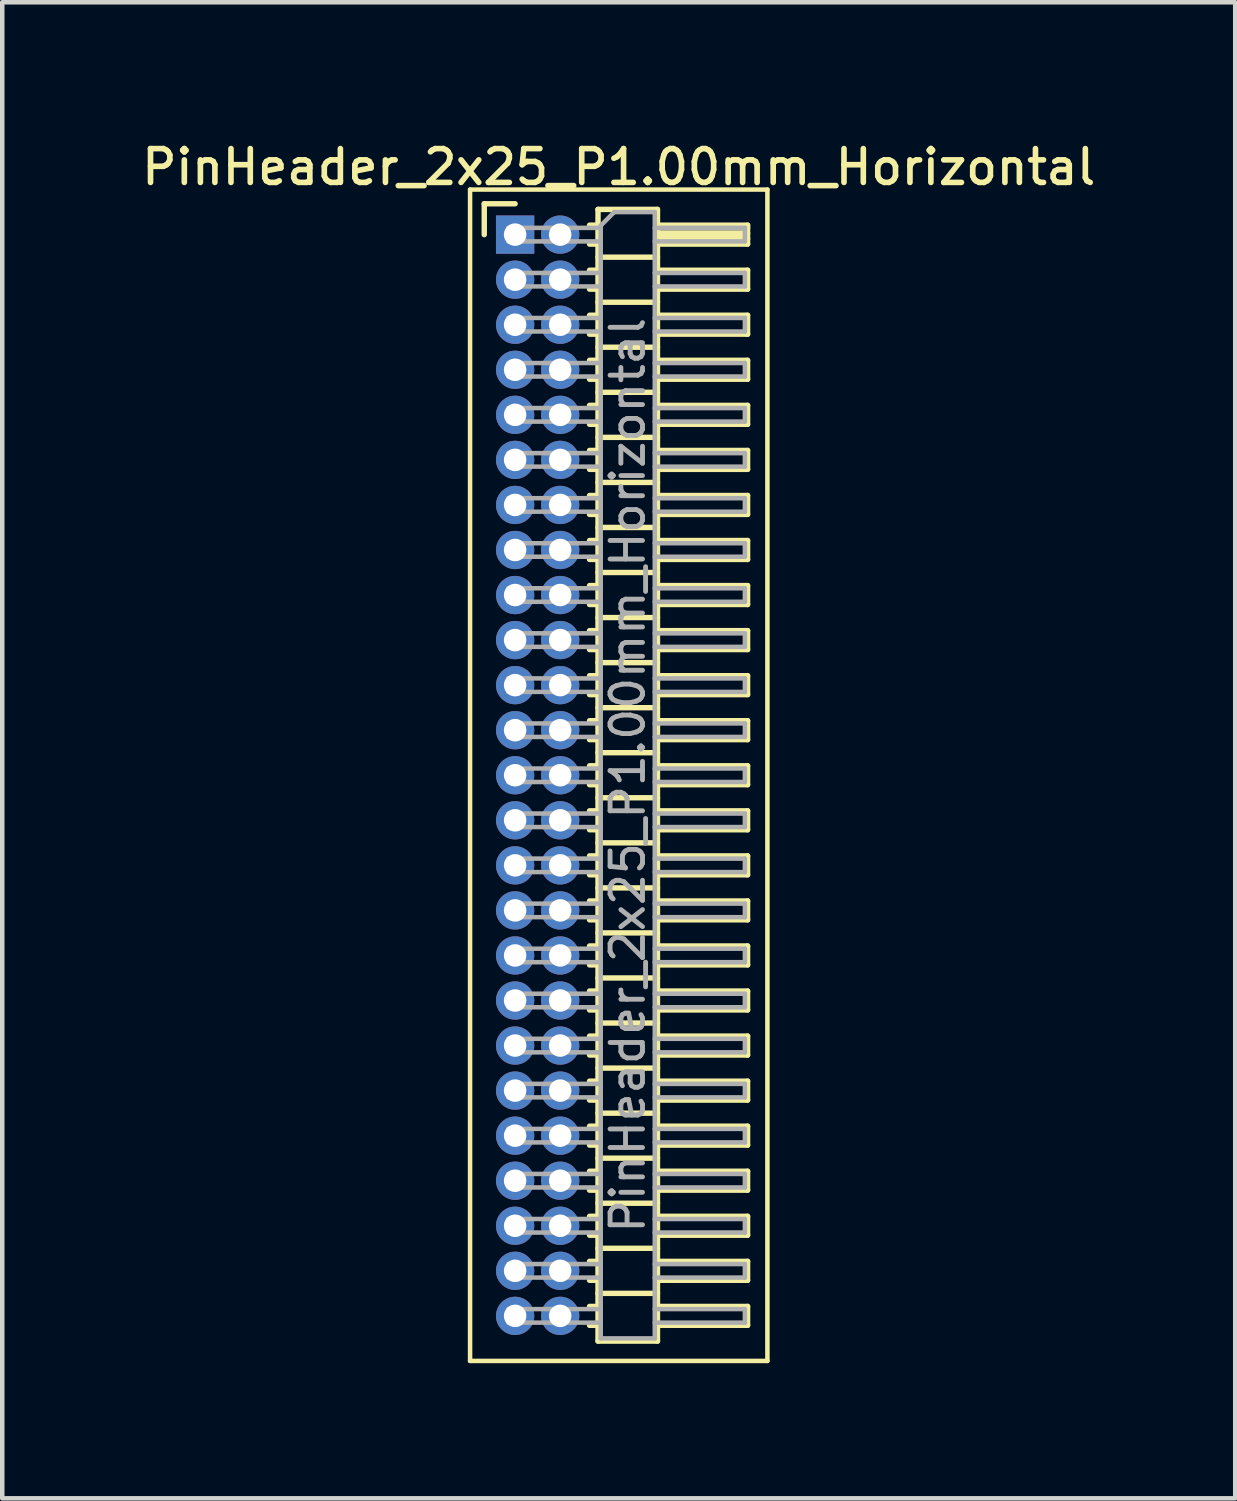
<source format=kicad_pcb>
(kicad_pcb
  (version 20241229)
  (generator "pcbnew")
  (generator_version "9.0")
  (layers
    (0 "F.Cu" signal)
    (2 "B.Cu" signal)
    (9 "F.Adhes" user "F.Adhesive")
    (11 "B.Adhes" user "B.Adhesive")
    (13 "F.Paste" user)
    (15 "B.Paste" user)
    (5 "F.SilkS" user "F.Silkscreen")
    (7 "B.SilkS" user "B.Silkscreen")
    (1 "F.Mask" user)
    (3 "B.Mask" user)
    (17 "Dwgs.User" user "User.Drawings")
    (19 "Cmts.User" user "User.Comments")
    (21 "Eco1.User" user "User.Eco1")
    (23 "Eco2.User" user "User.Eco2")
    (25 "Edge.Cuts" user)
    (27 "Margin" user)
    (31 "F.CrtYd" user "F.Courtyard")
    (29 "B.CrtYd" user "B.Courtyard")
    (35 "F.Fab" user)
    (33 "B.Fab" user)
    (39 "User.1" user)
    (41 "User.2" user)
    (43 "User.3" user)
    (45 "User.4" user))
  (footprint "PinHeader_2x25_P1.00mm_Horizontal"
    (layer "F.Cu")
    (at 8.384 2.158)
    (property "Reference" "PinHeader_2x25_P1.00mm_Horizontal" (at 2.3 -1.5 0) (layer "F.SilkS") (effects (font (size 0.75 0.75) (thickness 0.125))))
    (attr through_hole)
    (fp_line (start -1 -1) (end -1 25) (stroke (width 0.1) (type solid)) (layer "F.SilkS"))
    (fp_line (start -1 25) (end 5.6 25) (stroke (width 0.1) (type solid)) (layer "F.SilkS"))
    (fp_line (start -0.685 -0.685) (end 0 -0.685) (stroke (width 0.12) (type solid)) (layer "F.SilkS"))
    (fp_line (start -0.685 0) (end -0.685 -0.685) (stroke (width 0.12) (type solid)) (layer "F.SilkS"))
    (fp_line (start 1.652 -0.21) (end 1.84 -0.21) (stroke (width 0.12) (type solid)) (layer "F.SilkS"))
    (fp_line (start 1.652 0.21) (end 1.84 0.21) (stroke (width 0.12) (type solid)) (layer "F.SilkS"))
    (fp_line (start 1.652 0.79) (end 1.84 0.79) (stroke (width 0.12) (type solid)) (layer "F.SilkS"))
    (fp_line (start 1.652 1.21) (end 1.84 1.21) (stroke (width 0.12) (type solid)) (layer "F.SilkS"))
    (fp_line (start 1.652 1.79) (end 1.84 1.79) (stroke (width 0.12) (type solid)) (layer "F.SilkS"))
    (fp_line (start 1.652 2.21) (end 1.84 2.21) (stroke (width 0.12) (type solid)) (layer "F.SilkS"))
    (fp_line (start 1.652 2.79) (end 1.84 2.79) (stroke (width 0.12) (type solid)) (layer "F.SilkS"))
    (fp_line (start 1.652 3.21) (end 1.84 3.21) (stroke (width 0.12) (type solid)) (layer "F.SilkS"))
    (fp_line (start 1.652 3.79) (end 1.84 3.79) (stroke (width 0.12) (type solid)) (layer "F.SilkS"))
    (fp_line (start 1.652 4.21) (end 1.84 4.21) (stroke (width 0.12) (type solid)) (layer "F.SilkS"))
    (fp_line (start 1.652 4.79) (end 1.84 4.79) (stroke (width 0.12) (type solid)) (layer "F.SilkS"))
    (fp_line (start 1.652 5.21) (end 1.84 5.21) (stroke (width 0.12) (type solid)) (layer "F.SilkS"))
    (fp_line (start 1.652 5.79) (end 1.84 5.79) (stroke (width 0.12) (type solid)) (layer "F.SilkS"))
    (fp_line (start 1.652 6.21) (end 1.84 6.21) (stroke (width 0.12) (type solid)) (layer "F.SilkS"))
    (fp_line (start 1.652 6.79) (end 1.84 6.79) (stroke (width 0.12) (type solid)) (layer "F.SilkS"))
    (fp_line (start 1.652 7.21) (end 1.84 7.21) (stroke (width 0.12) (type solid)) (layer "F.SilkS"))
    (fp_line (start 1.652 7.79) (end 1.84 7.79) (stroke (width 0.12) (type solid)) (layer "F.SilkS"))
    (fp_line (start 1.652 8.21) (end 1.84 8.21) (stroke (width 0.12) (type solid)) (layer "F.SilkS"))
    (fp_line (start 1.652 8.79) (end 1.84 8.79) (stroke (width 0.12) (type solid)) (layer "F.SilkS"))
    (fp_line (start 1.652 9.21) (end 1.84 9.21) (stroke (width 0.12) (type solid)) (layer "F.SilkS"))
    (fp_line (start 1.652 9.79) (end 1.84 9.79) (stroke (width 0.12) (type solid)) (layer "F.SilkS"))
    (fp_line (start 1.652 10.21) (end 1.84 10.21) (stroke (width 0.12) (type solid)) (layer "F.SilkS"))
    (fp_line (start 1.652 10.79) (end 1.84 10.79) (stroke (width 0.12) (type solid)) (layer "F.SilkS"))
    (fp_line (start 1.652 11.21) (end 1.84 11.21) (stroke (width 0.12) (type solid)) (layer "F.SilkS"))
    (fp_line (start 1.652 11.79) (end 1.84 11.79) (stroke (width 0.12) (type solid)) (layer "F.SilkS"))
    (fp_line (start 1.652 12.21) (end 1.84 12.21) (stroke (width 0.12) (type solid)) (layer "F.SilkS"))
    (fp_line (start 1.652 12.79) (end 1.84 12.79) (stroke (width 0.12) (type solid)) (layer "F.SilkS"))
    (fp_line (start 1.652 13.21) (end 1.84 13.21) (stroke (width 0.12) (type solid)) (layer "F.SilkS"))
    (fp_line (start 1.652 13.79) (end 1.84 13.79) (stroke (width 0.12) (type solid)) (layer "F.SilkS"))
    (fp_line (start 1.652 14.21) (end 1.84 14.21) (stroke (width 0.12) (type solid)) (layer "F.SilkS"))
    (fp_line (start 1.652 14.79) (end 1.84 14.79) (stroke (width 0.12) (type solid)) (layer "F.SilkS"))
    (fp_line (start 1.652 15.21) (end 1.84 15.21) (stroke (width 0.12) (type solid)) (layer "F.SilkS"))
    (fp_line (start 1.652 15.79) (end 1.84 15.79) (stroke (width 0.12) (type solid)) (layer "F.SilkS"))
    (fp_line (start 1.652 16.21) (end 1.84 16.21) (stroke (width 0.12) (type solid)) (layer "F.SilkS"))
    (fp_line (start 1.652 16.79) (end 1.84 16.79) (stroke (width 0.12) (type solid)) (layer "F.SilkS"))
    (fp_line (start 1.652 17.21) (end 1.84 17.21) (stroke (width 0.12) (type solid)) (layer "F.SilkS"))
    (fp_line (start 1.652 17.79) (end 1.84 17.79) (stroke (width 0.12) (type solid)) (layer "F.SilkS"))
    (fp_line (start 1.652 18.21) (end 1.84 18.21) (stroke (width 0.12) (type solid)) (layer "F.SilkS"))
    (fp_line (start 1.652 18.79) (end 1.84 18.79) (stroke (width 0.12) (type solid)) (layer "F.SilkS"))
    (fp_line (start 1.652 19.21) (end 1.84 19.21) (stroke (width 0.12) (type solid)) (layer "F.SilkS"))
    (fp_line (start 1.652 19.79) (end 1.84 19.79) (stroke (width 0.12) (type solid)) (layer "F.SilkS"))
    (fp_line (start 1.652 20.21) (end 1.84 20.21) (stroke (width 0.12) (type solid)) (layer "F.SilkS"))
    (fp_line (start 1.652 20.79) (end 1.84 20.79) (stroke (width 0.12) (type solid)) (layer "F.SilkS"))
    (fp_line (start 1.652 21.21) (end 1.84 21.21) (stroke (width 0.12) (type solid)) (layer "F.SilkS"))
    (fp_line (start 1.652 21.79) (end 1.84 21.79) (stroke (width 0.12) (type solid)) (layer "F.SilkS"))
    (fp_line (start 1.652 22.21) (end 1.84 22.21) (stroke (width 0.12) (type solid)) (layer "F.SilkS"))
    (fp_line (start 1.652 22.79) (end 1.84 22.79) (stroke (width 0.12) (type solid)) (layer "F.SilkS"))
    (fp_line (start 1.652 23.21) (end 1.84 23.21) (stroke (width 0.12) (type solid)) (layer "F.SilkS"))
    (fp_line (start 1.652 23.79) (end 1.84 23.79) (stroke (width 0.12) (type solid)) (layer "F.SilkS"))
    (fp_line (start 1.652 24.21) (end 1.84 24.21) (stroke (width 0.12) (type solid)) (layer "F.SilkS"))
    (fp_line (start 1.84 -0.56) (end 1.84 24.56) (stroke (width 0.12) (type solid)) (layer "F.SilkS"))
    (fp_line (start 1.84 0.5) (end 3.16 0.5) (stroke (width 0.12) (type solid)) (layer "F.SilkS"))
    (fp_line (start 1.84 1.5) (end 3.16 1.5) (stroke (width 0.12) (type solid)) (layer "F.SilkS"))
    (fp_line (start 1.84 2.5) (end 3.16 2.5) (stroke (width 0.12) (type solid)) (layer "F.SilkS"))
    (fp_line (start 1.84 3.5) (end 3.16 3.5) (stroke (width 0.12) (type solid)) (layer "F.SilkS"))
    (fp_line (start 1.84 4.5) (end 3.16 4.5) (stroke (width 0.12) (type solid)) (layer "F.SilkS"))
    (fp_line (start 1.84 5.5) (end 3.16 5.5) (stroke (width 0.12) (type solid)) (layer "F.SilkS"))
    (fp_line (start 1.84 6.5) (end 3.16 6.5) (stroke (width 0.12) (type solid)) (layer "F.SilkS"))
    (fp_line (start 1.84 7.5) (end 3.16 7.5) (stroke (width 0.12) (type solid)) (layer "F.SilkS"))
    (fp_line (start 1.84 8.5) (end 3.16 8.5) (stroke (width 0.12) (type solid)) (layer "F.SilkS"))
    (fp_line (start 1.84 9.5) (end 3.16 9.5) (stroke (width 0.12) (type solid)) (layer "F.SilkS"))
    (fp_line (start 1.84 10.5) (end 3.16 10.5) (stroke (width 0.12) (type solid)) (layer "F.SilkS"))
    (fp_line (start 1.84 11.5) (end 3.16 11.5) (stroke (width 0.12) (type solid)) (layer "F.SilkS"))
    (fp_line (start 1.84 12.5) (end 3.16 12.5) (stroke (width 0.12) (type solid)) (layer "F.SilkS"))
    (fp_line (start 1.84 13.5) (end 3.16 13.5) (stroke (width 0.12) (type solid)) (layer "F.SilkS"))
    (fp_line (start 1.84 14.5) (end 3.16 14.5) (stroke (width 0.12) (type solid)) (layer "F.SilkS"))
    (fp_line (start 1.84 15.5) (end 3.16 15.5) (stroke (width 0.12) (type solid)) (layer "F.SilkS"))
    (fp_line (start 1.84 16.5) (end 3.16 16.5) (stroke (width 0.12) (type solid)) (layer "F.SilkS"))
    (fp_line (start 1.84 17.5) (end 3.16 17.5) (stroke (width 0.12) (type solid)) (layer "F.SilkS"))
    (fp_line (start 1.84 18.5) (end 3.16 18.5) (stroke (width 0.12) (type solid)) (layer "F.SilkS"))
    (fp_line (start 1.84 19.5) (end 3.16 19.5) (stroke (width 0.12) (type solid)) (layer "F.SilkS"))
    (fp_line (start 1.84 20.5) (end 3.16 20.5) (stroke (width 0.12) (type solid)) (layer "F.SilkS"))
    (fp_line (start 1.84 21.5) (end 3.16 21.5) (stroke (width 0.12) (type solid)) (layer "F.SilkS"))
    (fp_line (start 1.84 22.5) (end 3.16 22.5) (stroke (width 0.12) (type solid)) (layer "F.SilkS"))
    (fp_line (start 1.84 23.5) (end 3.16 23.5) (stroke (width 0.12) (type solid)) (layer "F.SilkS"))
    (fp_line (start 1.84 24.56) (end 3.16 24.56) (stroke (width 0.12) (type solid)) (layer "F.SilkS"))
    (fp_line (start 3.16 -0.56) (end 1.84 -0.56) (stroke (width 0.12) (type solid)) (layer "F.SilkS"))
    (fp_line (start 3.16 -0.21) (end 5.16 -0.21) (stroke (width 0.12) (type solid)) (layer "F.SilkS"))
    (fp_line (start 3.16 -0.15) (end 5.16 -0.15) (stroke (width 0.12) (type solid)) (layer "F.SilkS"))
    (fp_line (start 3.16 -0.03) (end 5.16 -0.03) (stroke (width 0.12) (type solid)) (layer "F.SilkS"))
    (fp_line (start 3.16 0.09) (end 5.16 0.09) (stroke (width 0.12) (type solid)) (layer "F.SilkS"))
    (fp_line (start 3.16 0.79) (end 5.16 0.79) (stroke (width 0.12) (type solid)) (layer "F.SilkS"))
    (fp_line (start 3.16 1.79) (end 5.16 1.79) (stroke (width 0.12) (type solid)) (layer "F.SilkS"))
    (fp_line (start 3.16 2.79) (end 5.16 2.79) (stroke (width 0.12) (type solid)) (layer "F.SilkS"))
    (fp_line (start 3.16 3.79) (end 5.16 3.79) (stroke (width 0.12) (type solid)) (layer "F.SilkS"))
    (fp_line (start 3.16 4.79) (end 5.16 4.79) (stroke (width 0.12) (type solid)) (layer "F.SilkS"))
    (fp_line (start 3.16 5.79) (end 5.16 5.79) (stroke (width 0.12) (type solid)) (layer "F.SilkS"))
    (fp_line (start 3.16 6.79) (end 5.16 6.79) (stroke (width 0.12) (type solid)) (layer "F.SilkS"))
    (fp_line (start 3.16 7.79) (end 5.16 7.79) (stroke (width 0.12) (type solid)) (layer "F.SilkS"))
    (fp_line (start 3.16 8.79) (end 5.16 8.79) (stroke (width 0.12) (type solid)) (layer "F.SilkS"))
    (fp_line (start 3.16 9.79) (end 5.16 9.79) (stroke (width 0.12) (type solid)) (layer "F.SilkS"))
    (fp_line (start 3.16 10.79) (end 5.16 10.79) (stroke (width 0.12) (type solid)) (layer "F.SilkS"))
    (fp_line (start 3.16 11.79) (end 5.16 11.79) (stroke (width 0.12) (type solid)) (layer "F.SilkS"))
    (fp_line (start 3.16 12.79) (end 5.16 12.79) (stroke (width 0.12) (type solid)) (layer "F.SilkS"))
    (fp_line (start 3.16 13.79) (end 5.16 13.79) (stroke (width 0.12) (type solid)) (layer "F.SilkS"))
    (fp_line (start 3.16 14.79) (end 5.16 14.79) (stroke (width 0.12) (type solid)) (layer "F.SilkS"))
    (fp_line (start 3.16 15.79) (end 5.16 15.79) (stroke (width 0.12) (type solid)) (layer "F.SilkS"))
    (fp_line (start 3.16 16.79) (end 5.16 16.79) (stroke (width 0.12) (type solid)) (layer "F.SilkS"))
    (fp_line (start 3.16 17.79) (end 5.16 17.79) (stroke (width 0.12) (type solid)) (layer "F.SilkS"))
    (fp_line (start 3.16 18.79) (end 5.16 18.79) (stroke (width 0.12) (type solid)) (layer "F.SilkS"))
    (fp_line (start 3.16 19.79) (end 5.16 19.79) (stroke (width 0.12) (type solid)) (layer "F.SilkS"))
    (fp_line (start 3.16 20.79) (end 5.16 20.79) (stroke (width 0.12) (type solid)) (layer "F.SilkS"))
    (fp_line (start 3.16 21.79) (end 5.16 21.79) (stroke (width 0.12) (type solid)) (layer "F.SilkS"))
    (fp_line (start 3.16 22.79) (end 5.16 22.79) (stroke (width 0.12) (type solid)) (layer "F.SilkS"))
    (fp_line (start 3.16 23.79) (end 5.16 23.79) (stroke (width 0.12) (type solid)) (layer "F.SilkS"))
    (fp_line (start 3.16 24.56) (end 3.16 -0.56) (stroke (width 0.12) (type solid)) (layer "F.SilkS"))
    (fp_line (start 5.16 -0.21) (end 5.16 0.21) (stroke (width 0.12) (type solid)) (layer "F.SilkS"))
    (fp_line (start 5.16 0.21) (end 3.16 0.21) (stroke (width 0.12) (type solid)) (layer "F.SilkS"))
    (fp_line (start 5.16 0.79) (end 5.16 1.21) (stroke (width 0.12) (type solid)) (layer "F.SilkS"))
    (fp_line (start 5.16 1.21) (end 3.16 1.21) (stroke (width 0.12) (type solid)) (layer "F.SilkS"))
    (fp_line (start 5.16 1.79) (end 5.16 2.21) (stroke (width 0.12) (type solid)) (layer "F.SilkS"))
    (fp_line (start 5.16 2.21) (end 3.16 2.21) (stroke (width 0.12) (type solid)) (layer "F.SilkS"))
    (fp_line (start 5.16 2.79) (end 5.16 3.21) (stroke (width 0.12) (type solid)) (layer "F.SilkS"))
    (fp_line (start 5.16 3.21) (end 3.16 3.21) (stroke (width 0.12) (type solid)) (layer "F.SilkS"))
    (fp_line (start 5.16 3.79) (end 5.16 4.21) (stroke (width 0.12) (type solid)) (layer "F.SilkS"))
    (fp_line (start 5.16 4.21) (end 3.16 4.21) (stroke (width 0.12) (type solid)) (layer "F.SilkS"))
    (fp_line (start 5.16 4.79) (end 5.16 5.21) (stroke (width 0.12) (type solid)) (layer "F.SilkS"))
    (fp_line (start 5.16 5.21) (end 3.16 5.21) (stroke (width 0.12) (type solid)) (layer "F.SilkS"))
    (fp_line (start 5.16 5.79) (end 5.16 6.21) (stroke (width 0.12) (type solid)) (layer "F.SilkS"))
    (fp_line (start 5.16 6.21) (end 3.16 6.21) (stroke (width 0.12) (type solid)) (layer "F.SilkS"))
    (fp_line (start 5.16 6.79) (end 5.16 7.21) (stroke (width 0.12) (type solid)) (layer "F.SilkS"))
    (fp_line (start 5.16 7.21) (end 3.16 7.21) (stroke (width 0.12) (type solid)) (layer "F.SilkS"))
    (fp_line (start 5.16 7.79) (end 5.16 8.21) (stroke (width 0.12) (type solid)) (layer "F.SilkS"))
    (fp_line (start 5.16 8.21) (end 3.16 8.21) (stroke (width 0.12) (type solid)) (layer "F.SilkS"))
    (fp_line (start 5.16 8.79) (end 5.16 9.21) (stroke (width 0.12) (type solid)) (layer "F.SilkS"))
    (fp_line (start 5.16 9.21) (end 3.16 9.21) (stroke (width 0.12) (type solid)) (layer "F.SilkS"))
    (fp_line (start 5.16 9.79) (end 5.16 10.21) (stroke (width 0.12) (type solid)) (layer "F.SilkS"))
    (fp_line (start 5.16 10.21) (end 3.16 10.21) (stroke (width 0.12) (type solid)) (layer "F.SilkS"))
    (fp_line (start 5.16 10.79) (end 5.16 11.21) (stroke (width 0.12) (type solid)) (layer "F.SilkS"))
    (fp_line (start 5.16 11.21) (end 3.16 11.21) (stroke (width 0.12) (type solid)) (layer "F.SilkS"))
    (fp_line (start 5.16 11.79) (end 5.16 12.21) (stroke (width 0.12) (type solid)) (layer "F.SilkS"))
    (fp_line (start 5.16 12.21) (end 3.16 12.21) (stroke (width 0.12) (type solid)) (layer "F.SilkS"))
    (fp_line (start 5.16 12.79) (end 5.16 13.21) (stroke (width 0.12) (type solid)) (layer "F.SilkS"))
    (fp_line (start 5.16 13.21) (end 3.16 13.21) (stroke (width 0.12) (type solid)) (layer "F.SilkS"))
    (fp_line (start 5.16 13.79) (end 5.16 14.21) (stroke (width 0.12) (type solid)) (layer "F.SilkS"))
    (fp_line (start 5.16 14.21) (end 3.16 14.21) (stroke (width 0.12) (type solid)) (layer "F.SilkS"))
    (fp_line (start 5.16 14.79) (end 5.16 15.21) (stroke (width 0.12) (type solid)) (layer "F.SilkS"))
    (fp_line (start 5.16 15.21) (end 3.16 15.21) (stroke (width 0.12) (type solid)) (layer "F.SilkS"))
    (fp_line (start 5.16 15.79) (end 5.16 16.21) (stroke (width 0.12) (type solid)) (layer "F.SilkS"))
    (fp_line (start 5.16 16.21) (end 3.16 16.21) (stroke (width 0.12) (type solid)) (layer "F.SilkS"))
    (fp_line (start 5.16 16.79) (end 5.16 17.21) (stroke (width 0.12) (type solid)) (layer "F.SilkS"))
    (fp_line (start 5.16 17.21) (end 3.16 17.21) (stroke (width 0.12) (type solid)) (layer "F.SilkS"))
    (fp_line (start 5.16 17.79) (end 5.16 18.21) (stroke (width 0.12) (type solid)) (layer "F.SilkS"))
    (fp_line (start 5.16 18.21) (end 3.16 18.21) (stroke (width 0.12) (type solid)) (layer "F.SilkS"))
    (fp_line (start 5.16 18.79) (end 5.16 19.21) (stroke (width 0.12) (type solid)) (layer "F.SilkS"))
    (fp_line (start 5.16 19.21) (end 3.16 19.21) (stroke (width 0.12) (type solid)) (layer "F.SilkS"))
    (fp_line (start 5.16 19.79) (end 5.16 20.21) (stroke (width 0.12) (type solid)) (layer "F.SilkS"))
    (fp_line (start 5.16 20.21) (end 3.16 20.21) (stroke (width 0.12) (type solid)) (layer "F.SilkS"))
    (fp_line (start 5.16 20.79) (end 5.16 21.21) (stroke (width 0.12) (type solid)) (layer "F.SilkS"))
    (fp_line (start 5.16 21.21) (end 3.16 21.21) (stroke (width 0.12) (type solid)) (layer "F.SilkS"))
    (fp_line (start 5.16 21.79) (end 5.16 22.21) (stroke (width 0.12) (type solid)) (layer "F.SilkS"))
    (fp_line (start 5.16 22.21) (end 3.16 22.21) (stroke (width 0.12) (type solid)) (layer "F.SilkS"))
    (fp_line (start 5.16 22.79) (end 5.16 23.21) (stroke (width 0.12) (type solid)) (layer "F.SilkS"))
    (fp_line (start 5.16 23.21) (end 3.16 23.21) (stroke (width 0.12) (type solid)) (layer "F.SilkS"))
    (fp_line (start 5.16 23.79) (end 5.16 24.21) (stroke (width 0.12) (type solid)) (layer "F.SilkS"))
    (fp_line (start 5.16 24.21) (end 3.16 24.21) (stroke (width 0.12) (type solid)) (layer "F.SilkS"))
    (fp_line (start 5.6 -1) (end -1 -1) (stroke (width 0.1) (type solid)) (layer "F.SilkS"))
    (fp_line (start 5.6 25) (end 5.6 -1) (stroke (width 0.1) (type solid)) (layer "F.SilkS"))
    (fp_line (start -0.15 -0.15) (end -0.15 0.15) (stroke (width 0.1) (type solid)) (layer "F.Fab"))
    (fp_line (start -0.15 -0.15) (end 1.9 -0.15) (stroke (width 0.1) (type solid)) (layer "F.Fab"))
    (fp_line (start -0.15 0.15) (end 1.9 0.15) (stroke (width 0.1) (type solid)) (layer "F.Fab"))
    (fp_line (start -0.15 0.85) (end -0.15 1.15) (stroke (width 0.1) (type solid)) (layer "F.Fab"))
    (fp_line (start -0.15 0.85) (end 1.9 0.85) (stroke (width 0.1) (type solid)) (layer "F.Fab"))
    (fp_line (start -0.15 1.15) (end 1.9 1.15) (stroke (width 0.1) (type solid)) (layer "F.Fab"))
    (fp_line (start -0.15 1.85) (end -0.15 2.15) (stroke (width 0.1) (type solid)) (layer "F.Fab"))
    (fp_line (start -0.15 1.85) (end 1.9 1.85) (stroke (width 0.1) (type solid)) (layer "F.Fab"))
    (fp_line (start -0.15 2.15) (end 1.9 2.15) (stroke (width 0.1) (type solid)) (layer "F.Fab"))
    (fp_line (start -0.15 2.85) (end -0.15 3.15) (stroke (width 0.1) (type solid)) (layer "F.Fab"))
    (fp_line (start -0.15 2.85) (end 1.9 2.85) (stroke (width 0.1) (type solid)) (layer "F.Fab"))
    (fp_line (start -0.15 3.15) (end 1.9 3.15) (stroke (width 0.1) (type solid)) (layer "F.Fab"))
    (fp_line (start -0.15 3.85) (end -0.15 4.15) (stroke (width 0.1) (type solid)) (layer "F.Fab"))
    (fp_line (start -0.15 3.85) (end 1.9 3.85) (stroke (width 0.1) (type solid)) (layer "F.Fab"))
    (fp_line (start -0.15 4.15) (end 1.9 4.15) (stroke (width 0.1) (type solid)) (layer "F.Fab"))
    (fp_line (start -0.15 4.85) (end -0.15 5.15) (stroke (width 0.1) (type solid)) (layer "F.Fab"))
    (fp_line (start -0.15 4.85) (end 1.9 4.85) (stroke (width 0.1) (type solid)) (layer "F.Fab"))
    (fp_line (start -0.15 5.15) (end 1.9 5.15) (stroke (width 0.1) (type solid)) (layer "F.Fab"))
    (fp_line (start -0.15 5.85) (end -0.15 6.15) (stroke (width 0.1) (type solid)) (layer "F.Fab"))
    (fp_line (start -0.15 5.85) (end 1.9 5.85) (stroke (width 0.1) (type solid)) (layer "F.Fab"))
    (fp_line (start -0.15 6.15) (end 1.9 6.15) (stroke (width 0.1) (type solid)) (layer "F.Fab"))
    (fp_line (start -0.15 6.85) (end -0.15 7.15) (stroke (width 0.1) (type solid)) (layer "F.Fab"))
    (fp_line (start -0.15 6.85) (end 1.9 6.85) (stroke (width 0.1) (type solid)) (layer "F.Fab"))
    (fp_line (start -0.15 7.15) (end 1.9 7.15) (stroke (width 0.1) (type solid)) (layer "F.Fab"))
    (fp_line (start -0.15 7.85) (end -0.15 8.15) (stroke (width 0.1) (type solid)) (layer "F.Fab"))
    (fp_line (start -0.15 7.85) (end 1.9 7.85) (stroke (width 0.1) (type solid)) (layer "F.Fab"))
    (fp_line (start -0.15 8.15) (end 1.9 8.15) (stroke (width 0.1) (type solid)) (layer "F.Fab"))
    (fp_line (start -0.15 8.85) (end -0.15 9.15) (stroke (width 0.1) (type solid)) (layer "F.Fab"))
    (fp_line (start -0.15 8.85) (end 1.9 8.85) (stroke (width 0.1) (type solid)) (layer "F.Fab"))
    (fp_line (start -0.15 9.15) (end 1.9 9.15) (stroke (width 0.1) (type solid)) (layer "F.Fab"))
    (fp_line (start -0.15 9.85) (end -0.15 10.15) (stroke (width 0.1) (type solid)) (layer "F.Fab"))
    (fp_line (start -0.15 9.85) (end 1.9 9.85) (stroke (width 0.1) (type solid)) (layer "F.Fab"))
    (fp_line (start -0.15 10.15) (end 1.9 10.15) (stroke (width 0.1) (type solid)) (layer "F.Fab"))
    (fp_line (start -0.15 10.85) (end -0.15 11.15) (stroke (width 0.1) (type solid)) (layer "F.Fab"))
    (fp_line (start -0.15 10.85) (end 1.9 10.85) (stroke (width 0.1) (type solid)) (layer "F.Fab"))
    (fp_line (start -0.15 11.15) (end 1.9 11.15) (stroke (width 0.1) (type solid)) (layer "F.Fab"))
    (fp_line (start -0.15 11.85) (end -0.15 12.15) (stroke (width 0.1) (type solid)) (layer "F.Fab"))
    (fp_line (start -0.15 11.85) (end 1.9 11.85) (stroke (width 0.1) (type solid)) (layer "F.Fab"))
    (fp_line (start -0.15 12.15) (end 1.9 12.15) (stroke (width 0.1) (type solid)) (layer "F.Fab"))
    (fp_line (start -0.15 12.85) (end -0.15 13.15) (stroke (width 0.1) (type solid)) (layer "F.Fab"))
    (fp_line (start -0.15 12.85) (end 1.9 12.85) (stroke (width 0.1) (type solid)) (layer "F.Fab"))
    (fp_line (start -0.15 13.15) (end 1.9 13.15) (stroke (width 0.1) (type solid)) (layer "F.Fab"))
    (fp_line (start -0.15 13.85) (end -0.15 14.15) (stroke (width 0.1) (type solid)) (layer "F.Fab"))
    (fp_line (start -0.15 13.85) (end 1.9 13.85) (stroke (width 0.1) (type solid)) (layer "F.Fab"))
    (fp_line (start -0.15 14.15) (end 1.9 14.15) (stroke (width 0.1) (type solid)) (layer "F.Fab"))
    (fp_line (start -0.15 14.85) (end -0.15 15.15) (stroke (width 0.1) (type solid)) (layer "F.Fab"))
    (fp_line (start -0.15 14.85) (end 1.9 14.85) (stroke (width 0.1) (type solid)) (layer "F.Fab"))
    (fp_line (start -0.15 15.15) (end 1.9 15.15) (stroke (width 0.1) (type solid)) (layer "F.Fab"))
    (fp_line (start -0.15 15.85) (end -0.15 16.15) (stroke (width 0.1) (type solid)) (layer "F.Fab"))
    (fp_line (start -0.15 15.85) (end 1.9 15.85) (stroke (width 0.1) (type solid)) (layer "F.Fab"))
    (fp_line (start -0.15 16.15) (end 1.9 16.15) (stroke (width 0.1) (type solid)) (layer "F.Fab"))
    (fp_line (start -0.15 16.85) (end -0.15 17.15) (stroke (width 0.1) (type solid)) (layer "F.Fab"))
    (fp_line (start -0.15 16.85) (end 1.9 16.85) (stroke (width 0.1) (type solid)) (layer "F.Fab"))
    (fp_line (start -0.15 17.15) (end 1.9 17.15) (stroke (width 0.1) (type solid)) (layer "F.Fab"))
    (fp_line (start -0.15 17.85) (end -0.15 18.15) (stroke (width 0.1) (type solid)) (layer "F.Fab"))
    (fp_line (start -0.15 17.85) (end 1.9 17.85) (stroke (width 0.1) (type solid)) (layer "F.Fab"))
    (fp_line (start -0.15 18.15) (end 1.9 18.15) (stroke (width 0.1) (type solid)) (layer "F.Fab"))
    (fp_line (start -0.15 18.85) (end -0.15 19.15) (stroke (width 0.1) (type solid)) (layer "F.Fab"))
    (fp_line (start -0.15 18.85) (end 1.9 18.85) (stroke (width 0.1) (type solid)) (layer "F.Fab"))
    (fp_line (start -0.15 19.15) (end 1.9 19.15) (stroke (width 0.1) (type solid)) (layer "F.Fab"))
    (fp_line (start -0.15 19.85) (end -0.15 20.15) (stroke (width 0.1) (type solid)) (layer "F.Fab"))
    (fp_line (start -0.15 19.85) (end 1.9 19.85) (stroke (width 0.1) (type solid)) (layer "F.Fab"))
    (fp_line (start -0.15 20.15) (end 1.9 20.15) (stroke (width 0.1) (type solid)) (layer "F.Fab"))
    (fp_line (start -0.15 20.85) (end -0.15 21.15) (stroke (width 0.1) (type solid)) (layer "F.Fab"))
    (fp_line (start -0.15 20.85) (end 1.9 20.85) (stroke (width 0.1) (type solid)) (layer "F.Fab"))
    (fp_line (start -0.15 21.15) (end 1.9 21.15) (stroke (width 0.1) (type solid)) (layer "F.Fab"))
    (fp_line (start -0.15 21.85) (end -0.15 22.15) (stroke (width 0.1) (type solid)) (layer "F.Fab"))
    (fp_line (start -0.15 21.85) (end 1.9 21.85) (stroke (width 0.1) (type solid)) (layer "F.Fab"))
    (fp_line (start -0.15 22.15) (end 1.9 22.15) (stroke (width 0.1) (type solid)) (layer "F.Fab"))
    (fp_line (start -0.15 22.85) (end -0.15 23.15) (stroke (width 0.1) (type solid)) (layer "F.Fab"))
    (fp_line (start -0.15 22.85) (end 1.9 22.85) (stroke (width 0.1) (type solid)) (layer "F.Fab"))
    (fp_line (start -0.15 23.15) (end 1.9 23.15) (stroke (width 0.1) (type solid)) (layer "F.Fab"))
    (fp_line (start -0.15 23.85) (end -0.15 24.15) (stroke (width 0.1) (type solid)) (layer "F.Fab"))
    (fp_line (start -0.15 23.85) (end 1.9 23.85) (stroke (width 0.1) (type solid)) (layer "F.Fab"))
    (fp_line (start -0.15 24.15) (end 1.9 24.15) (stroke (width 0.1) (type solid)) (layer "F.Fab"))
    (fp_line (start 1.9 -0.2) (end 2.2 -0.5) (stroke (width 0.1) (type solid)) (layer "F.Fab"))
    (fp_line (start 1.9 24.5) (end 1.9 -0.2) (stroke (width 0.1) (type solid)) (layer "F.Fab"))
    (fp_line (start 2.2 -0.5) (end 3.1 -0.5) (stroke (width 0.1) (type solid)) (layer "F.Fab"))
    (fp_line (start 3.1 -0.5) (end 3.1 24.5) (stroke (width 0.1) (type solid)) (layer "F.Fab"))
    (fp_line (start 3.1 -0.15) (end 5.1 -0.15) (stroke (width 0.1) (type solid)) (layer "F.Fab"))
    (fp_line (start 3.1 0.15) (end 5.1 0.15) (stroke (width 0.1) (type solid)) (layer "F.Fab"))
    (fp_line (start 3.1 0.85) (end 5.1 0.85) (stroke (width 0.1) (type solid)) (layer "F.Fab"))
    (fp_line (start 3.1 1.15) (end 5.1 1.15) (stroke (width 0.1) (type solid)) (layer "F.Fab"))
    (fp_line (start 3.1 1.85) (end 5.1 1.85) (stroke (width 0.1) (type solid)) (layer "F.Fab"))
    (fp_line (start 3.1 2.15) (end 5.1 2.15) (stroke (width 0.1) (type solid)) (layer "F.Fab"))
    (fp_line (start 3.1 2.85) (end 5.1 2.85) (stroke (width 0.1) (type solid)) (layer "F.Fab"))
    (fp_line (start 3.1 3.15) (end 5.1 3.15) (stroke (width 0.1) (type solid)) (layer "F.Fab"))
    (fp_line (start 3.1 3.85) (end 5.1 3.85) (stroke (width 0.1) (type solid)) (layer "F.Fab"))
    (fp_line (start 3.1 4.15) (end 5.1 4.15) (stroke (width 0.1) (type solid)) (layer "F.Fab"))
    (fp_line (start 3.1 4.85) (end 5.1 4.85) (stroke (width 0.1) (type solid)) (layer "F.Fab"))
    (fp_line (start 3.1 5.15) (end 5.1 5.15) (stroke (width 0.1) (type solid)) (layer "F.Fab"))
    (fp_line (start 3.1 5.85) (end 5.1 5.85) (stroke (width 0.1) (type solid)) (layer "F.Fab"))
    (fp_line (start 3.1 6.15) (end 5.1 6.15) (stroke (width 0.1) (type solid)) (layer "F.Fab"))
    (fp_line (start 3.1 6.85) (end 5.1 6.85) (stroke (width 0.1) (type solid)) (layer "F.Fab"))
    (fp_line (start 3.1 7.15) (end 5.1 7.15) (stroke (width 0.1) (type solid)) (layer "F.Fab"))
    (fp_line (start 3.1 7.85) (end 5.1 7.85) (stroke (width 0.1) (type solid)) (layer "F.Fab"))
    (fp_line (start 3.1 8.15) (end 5.1 8.15) (stroke (width 0.1) (type solid)) (layer "F.Fab"))
    (fp_line (start 3.1 8.85) (end 5.1 8.85) (stroke (width 0.1) (type solid)) (layer "F.Fab"))
    (fp_line (start 3.1 9.15) (end 5.1 9.15) (stroke (width 0.1) (type solid)) (layer "F.Fab"))
    (fp_line (start 3.1 9.85) (end 5.1 9.85) (stroke (width 0.1) (type solid)) (layer "F.Fab"))
    (fp_line (start 3.1 10.15) (end 5.1 10.15) (stroke (width 0.1) (type solid)) (layer "F.Fab"))
    (fp_line (start 3.1 10.85) (end 5.1 10.85) (stroke (width 0.1) (type solid)) (layer "F.Fab"))
    (fp_line (start 3.1 11.15) (end 5.1 11.15) (stroke (width 0.1) (type solid)) (layer "F.Fab"))
    (fp_line (start 3.1 11.85) (end 5.1 11.85) (stroke (width 0.1) (type solid)) (layer "F.Fab"))
    (fp_line (start 3.1 12.15) (end 5.1 12.15) (stroke (width 0.1) (type solid)) (layer "F.Fab"))
    (fp_line (start 3.1 12.85) (end 5.1 12.85) (stroke (width 0.1) (type solid)) (layer "F.Fab"))
    (fp_line (start 3.1 13.15) (end 5.1 13.15) (stroke (width 0.1) (type solid)) (layer "F.Fab"))
    (fp_line (start 3.1 13.85) (end 5.1 13.85) (stroke (width 0.1) (type solid)) (layer "F.Fab"))
    (fp_line (start 3.1 14.15) (end 5.1 14.15) (stroke (width 0.1) (type solid)) (layer "F.Fab"))
    (fp_line (start 3.1 14.85) (end 5.1 14.85) (stroke (width 0.1) (type solid)) (layer "F.Fab"))
    (fp_line (start 3.1 15.15) (end 5.1 15.15) (stroke (width 0.1) (type solid)) (layer "F.Fab"))
    (fp_line (start 3.1 15.85) (end 5.1 15.85) (stroke (width 0.1) (type solid)) (layer "F.Fab"))
    (fp_line (start 3.1 16.15) (end 5.1 16.15) (stroke (width 0.1) (type solid)) (layer "F.Fab"))
    (fp_line (start 3.1 16.85) (end 5.1 16.85) (stroke (width 0.1) (type solid)) (layer "F.Fab"))
    (fp_line (start 3.1 17.15) (end 5.1 17.15) (stroke (width 0.1) (type solid)) (layer "F.Fab"))
    (fp_line (start 3.1 17.85) (end 5.1 17.85) (stroke (width 0.1) (type solid)) (layer "F.Fab"))
    (fp_line (start 3.1 18.15) (end 5.1 18.15) (stroke (width 0.1) (type solid)) (layer "F.Fab"))
    (fp_line (start 3.1 18.85) (end 5.1 18.85) (stroke (width 0.1) (type solid)) (layer "F.Fab"))
    (fp_line (start 3.1 19.15) (end 5.1 19.15) (stroke (width 0.1) (type solid)) (layer "F.Fab"))
    (fp_line (start 3.1 19.85) (end 5.1 19.85) (stroke (width 0.1) (type solid)) (layer "F.Fab"))
    (fp_line (start 3.1 20.15) (end 5.1 20.15) (stroke (width 0.1) (type solid)) (layer "F.Fab"))
    (fp_line (start 3.1 20.85) (end 5.1 20.85) (stroke (width 0.1) (type solid)) (layer "F.Fab"))
    (fp_line (start 3.1 21.15) (end 5.1 21.15) (stroke (width 0.1) (type solid)) (layer "F.Fab"))
    (fp_line (start 3.1 21.85) (end 5.1 21.85) (stroke (width 0.1) (type solid)) (layer "F.Fab"))
    (fp_line (start 3.1 22.15) (end 5.1 22.15) (stroke (width 0.1) (type solid)) (layer "F.Fab"))
    (fp_line (start 3.1 22.85) (end 5.1 22.85) (stroke (width 0.1) (type solid)) (layer "F.Fab"))
    (fp_line (start 3.1 23.15) (end 5.1 23.15) (stroke (width 0.1) (type solid)) (layer "F.Fab"))
    (fp_line (start 3.1 23.85) (end 5.1 23.85) (stroke (width 0.1) (type solid)) (layer "F.Fab"))
    (fp_line (start 3.1 24.15) (end 5.1 24.15) (stroke (width 0.1) (type solid)) (layer "F.Fab"))
    (fp_line (start 3.1 24.5) (end 1.9 24.5) (stroke (width 0.1) (type solid)) (layer "F.Fab"))
    (fp_line (start 5.1 -0.15) (end 5.1 0.15) (stroke (width 0.1) (type solid)) (layer "F.Fab"))
    (fp_line (start 5.1 0.85) (end 5.1 1.15) (stroke (width 0.1) (type solid)) (layer "F.Fab"))
    (fp_line (start 5.1 1.85) (end 5.1 2.15) (stroke (width 0.1) (type solid)) (layer "F.Fab"))
    (fp_line (start 5.1 2.85) (end 5.1 3.15) (stroke (width 0.1) (type solid)) (layer "F.Fab"))
    (fp_line (start 5.1 3.85) (end 5.1 4.15) (stroke (width 0.1) (type solid)) (layer "F.Fab"))
    (fp_line (start 5.1 4.85) (end 5.1 5.15) (stroke (width 0.1) (type solid)) (layer "F.Fab"))
    (fp_line (start 5.1 5.85) (end 5.1 6.15) (stroke (width 0.1) (type solid)) (layer "F.Fab"))
    (fp_line (start 5.1 6.85) (end 5.1 7.15) (stroke (width 0.1) (type solid)) (layer "F.Fab"))
    (fp_line (start 5.1 7.85) (end 5.1 8.15) (stroke (width 0.1) (type solid)) (layer "F.Fab"))
    (fp_line (start 5.1 8.85) (end 5.1 9.15) (stroke (width 0.1) (type solid)) (layer "F.Fab"))
    (fp_line (start 5.1 9.85) (end 5.1 10.15) (stroke (width 0.1) (type solid)) (layer "F.Fab"))
    (fp_line (start 5.1 10.85) (end 5.1 11.15) (stroke (width 0.1) (type solid)) (layer "F.Fab"))
    (fp_line (start 5.1 11.85) (end 5.1 12.15) (stroke (width 0.1) (type solid)) (layer "F.Fab"))
    (fp_line (start 5.1 12.85) (end 5.1 13.15) (stroke (width 0.1) (type solid)) (layer "F.Fab"))
    (fp_line (start 5.1 13.85) (end 5.1 14.15) (stroke (width 0.1) (type solid)) (layer "F.Fab"))
    (fp_line (start 5.1 14.85) (end 5.1 15.15) (stroke (width 0.1) (type solid)) (layer "F.Fab"))
    (fp_line (start 5.1 15.85) (end 5.1 16.15) (stroke (width 0.1) (type solid)) (layer "F.Fab"))
    (fp_line (start 5.1 16.85) (end 5.1 17.15) (stroke (width 0.1) (type solid)) (layer "F.Fab"))
    (fp_line (start 5.1 17.85) (end 5.1 18.15) (stroke (width 0.1) (type solid)) (layer "F.Fab"))
    (fp_line (start 5.1 18.85) (end 5.1 19.15) (stroke (width 0.1) (type solid)) (layer "F.Fab"))
    (fp_line (start 5.1 19.85) (end 5.1 20.15) (stroke (width 0.1) (type solid)) (layer "F.Fab"))
    (fp_line (start 5.1 20.85) (end 5.1 21.15) (stroke (width 0.1) (type solid)) (layer "F.Fab"))
    (fp_line (start 5.1 21.85) (end 5.1 22.15) (stroke (width 0.1) (type solid)) (layer "F.Fab"))
    (fp_line (start 5.1 22.85) (end 5.1 23.15) (stroke (width 0.1) (type solid)) (layer "F.Fab"))
    (fp_line (start 5.1 23.85) (end 5.1 24.15) (stroke (width 0.1) (type solid)) (layer "F.Fab"))
    (fp_text user "${REFERENCE}" (at 2.5 12 90) (layer "F.Fab") (effects (font (size 0.72 0.72) (thickness 0.108))))
    (pad "1" thru_hole rect (at 0 0) (size 0.85 0.85) (drill 0.5) (layers "*.Cu" "*.Mask"))
    (pad "2" thru_hole oval (at 1 0) (size 0.85 0.85) (drill 0.5) (layers "*.Cu" "*.Mask"))
    (pad "3" thru_hole oval (at 0 1) (size 0.85 0.85) (drill 0.5) (layers "*.Cu" "*.Mask"))
    (pad "4" thru_hole oval (at 1 1) (size 0.85 0.85) (drill 0.5) (layers "*.Cu" "*.Mask"))
    (pad "5" thru_hole oval (at 0 2) (size 0.85 0.85) (drill 0.5) (layers "*.Cu" "*.Mask"))
    (pad "6" thru_hole oval (at 1 2) (size 0.85 0.85) (drill 0.5) (layers "*.Cu" "*.Mask"))
    (pad "7" thru_hole oval (at 0 3) (size 0.85 0.85) (drill 0.5) (layers "*.Cu" "*.Mask"))
    (pad "8" thru_hole oval (at 1 3) (size 0.85 0.85) (drill 0.5) (layers "*.Cu" "*.Mask"))
    (pad "9" thru_hole oval (at 0 4) (size 0.85 0.85) (drill 0.5) (layers "*.Cu" "*.Mask"))
    (pad "10" thru_hole oval (at 1 4) (size 0.85 0.85) (drill 0.5) (layers "*.Cu" "*.Mask"))
    (pad "11" thru_hole oval (at 0 5) (size 0.85 0.85) (drill 0.5) (layers "*.Cu" "*.Mask"))
    (pad "12" thru_hole oval (at 1 5) (size 0.85 0.85) (drill 0.5) (layers "*.Cu" "*.Mask"))
    (pad "13" thru_hole oval (at 0 6) (size 0.85 0.85) (drill 0.5) (layers "*.Cu" "*.Mask"))
    (pad "14" thru_hole oval (at 1 6) (size 0.85 0.85) (drill 0.5) (layers "*.Cu" "*.Mask"))
    (pad "15" thru_hole oval (at 0 7) (size 0.85 0.85) (drill 0.5) (layers "*.Cu" "*.Mask"))
    (pad "16" thru_hole oval (at 1 7) (size 0.85 0.85) (drill 0.5) (layers "*.Cu" "*.Mask"))
    (pad "17" thru_hole oval (at 0 8) (size 0.85 0.85) (drill 0.5) (layers "*.Cu" "*.Mask"))
    (pad "18" thru_hole oval (at 1 8) (size 0.85 0.85) (drill 0.5) (layers "*.Cu" "*.Mask"))
    (pad "19" thru_hole oval (at 0 9) (size 0.85 0.85) (drill 0.5) (layers "*.Cu" "*.Mask"))
    (pad "20" thru_hole oval (at 1 9) (size 0.85 0.85) (drill 0.5) (layers "*.Cu" "*.Mask"))
    (pad "21" thru_hole oval (at 0 10) (size 0.85 0.85) (drill 0.5) (layers "*.Cu" "*.Mask"))
    (pad "22" thru_hole oval (at 1 10) (size 0.85 0.85) (drill 0.5) (layers "*.Cu" "*.Mask"))
    (pad "23" thru_hole oval (at 0 11) (size 0.85 0.85) (drill 0.5) (layers "*.Cu" "*.Mask"))
    (pad "24" thru_hole oval (at 1 11) (size 0.85 0.85) (drill 0.5) (layers "*.Cu" "*.Mask"))
    (pad "25" thru_hole oval (at 0 12) (size 0.85 0.85) (drill 0.5) (layers "*.Cu" "*.Mask"))
    (pad "26" thru_hole oval (at 1 12) (size 0.85 0.85) (drill 0.5) (layers "*.Cu" "*.Mask"))
    (pad "27" thru_hole oval (at 0 13) (size 0.85 0.85) (drill 0.5) (layers "*.Cu" "*.Mask"))
    (pad "28" thru_hole oval (at 1 13) (size 0.85 0.85) (drill 0.5) (layers "*.Cu" "*.Mask"))
    (pad "29" thru_hole oval (at 0 14) (size 0.85 0.85) (drill 0.5) (layers "*.Cu" "*.Mask"))
    (pad "30" thru_hole oval (at 1 14) (size 0.85 0.85) (drill 0.5) (layers "*.Cu" "*.Mask"))
    (pad "31" thru_hole oval (at 0 15) (size 0.85 0.85) (drill 0.5) (layers "*.Cu" "*.Mask"))
    (pad "32" thru_hole oval (at 1 15) (size 0.85 0.85) (drill 0.5) (layers "*.Cu" "*.Mask"))
    (pad "33" thru_hole oval (at 0 16) (size 0.85 0.85) (drill 0.5) (layers "*.Cu" "*.Mask"))
    (pad "34" thru_hole oval (at 1 16) (size 0.85 0.85) (drill 0.5) (layers "*.Cu" "*.Mask"))
    (pad "35" thru_hole oval (at 0 17) (size 0.85 0.85) (drill 0.5) (layers "*.Cu" "*.Mask"))
    (pad "36" thru_hole oval (at 1 17) (size 0.85 0.85) (drill 0.5) (layers "*.Cu" "*.Mask"))
    (pad "37" thru_hole oval (at 0 18) (size 0.85 0.85) (drill 0.5) (layers "*.Cu" "*.Mask"))
    (pad "38" thru_hole oval (at 1 18) (size 0.85 0.85) (drill 0.5) (layers "*.Cu" "*.Mask"))
    (pad "39" thru_hole oval (at 0 19) (size 0.85 0.85) (drill 0.5) (layers "*.Cu" "*.Mask"))
    (pad "40" thru_hole oval (at 1 19) (size 0.85 0.85) (drill 0.5) (layers "*.Cu" "*.Mask"))
    (pad "41" thru_hole oval (at 0 20) (size 0.85 0.85) (drill 0.5) (layers "*.Cu" "*.Mask"))
    (pad "42" thru_hole oval (at 1 20) (size 0.85 0.85) (drill 0.5) (layers "*.Cu" "*.Mask"))
    (pad "43" thru_hole oval (at 0 21) (size 0.85 0.85) (drill 0.5) (layers "*.Cu" "*.Mask"))
    (pad "44" thru_hole oval (at 1 21) (size 0.85 0.85) (drill 0.5) (layers "*.Cu" "*.Mask"))
    (pad "45" thru_hole oval (at 0 22) (size 0.85 0.85) (drill 0.5) (layers "*.Cu" "*.Mask"))
    (pad "46" thru_hole oval (at 1 22) (size 0.85 0.85) (drill 0.5) (layers "*.Cu" "*.Mask"))
    (pad "47" thru_hole oval (at 0 23) (size 0.85 0.85) (drill 0.5) (layers "*.Cu" "*.Mask"))
    (pad "48" thru_hole oval (at 1 23) (size 0.85 0.85) (drill 0.5) (layers "*.Cu" "*.Mask"))
    (pad "49" thru_hole oval (at 0 24) (size 0.85 0.85) (drill 0.5) (layers "*.Cu" "*.Mask"))
    (pad "50" thru_hole oval (at 1 24) (size 0.85 0.85) (drill 0.5) (layers "*.Cu" "*.Mask")))
  (gr_rect
    (start -3 -3)
    (end 24.368 30.208)
    (stroke (width 0.1) (type default))
    (fill no)
    (layer "Edge.Cuts")))
</source>
